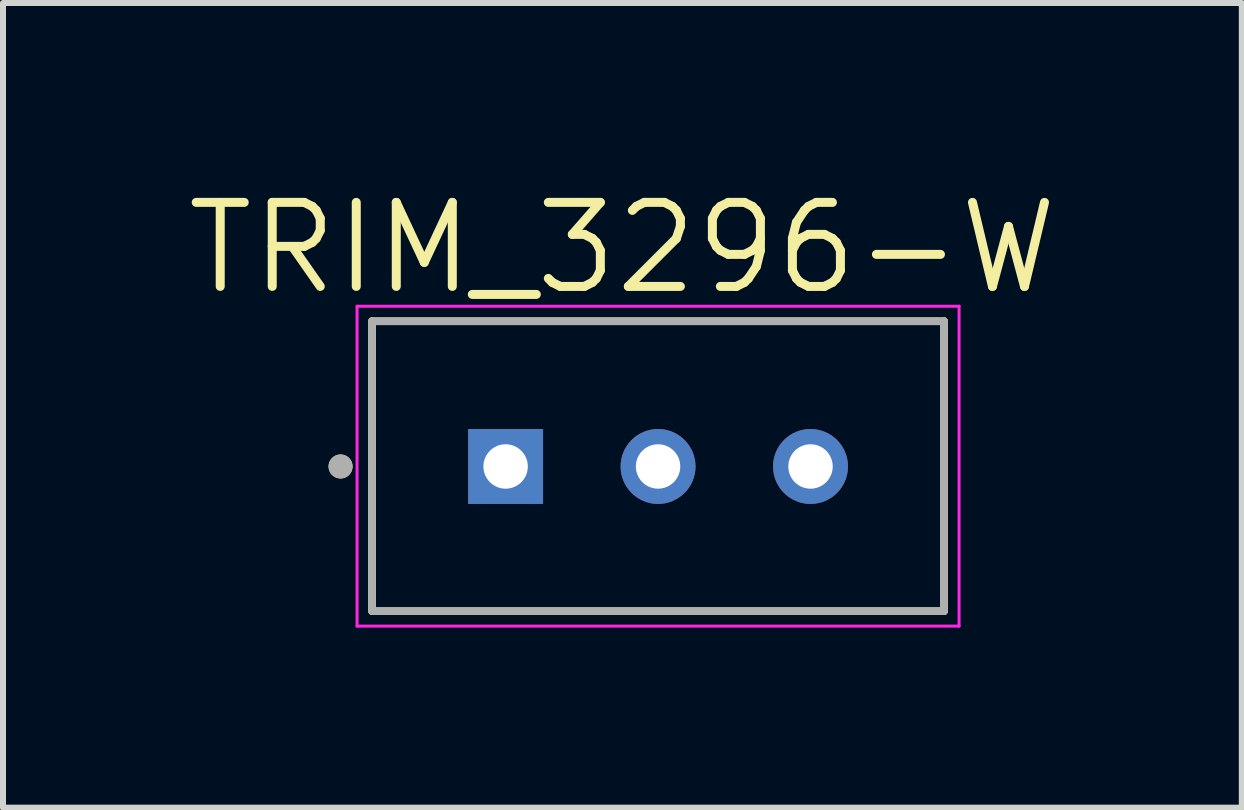
<source format=kicad_pcb>
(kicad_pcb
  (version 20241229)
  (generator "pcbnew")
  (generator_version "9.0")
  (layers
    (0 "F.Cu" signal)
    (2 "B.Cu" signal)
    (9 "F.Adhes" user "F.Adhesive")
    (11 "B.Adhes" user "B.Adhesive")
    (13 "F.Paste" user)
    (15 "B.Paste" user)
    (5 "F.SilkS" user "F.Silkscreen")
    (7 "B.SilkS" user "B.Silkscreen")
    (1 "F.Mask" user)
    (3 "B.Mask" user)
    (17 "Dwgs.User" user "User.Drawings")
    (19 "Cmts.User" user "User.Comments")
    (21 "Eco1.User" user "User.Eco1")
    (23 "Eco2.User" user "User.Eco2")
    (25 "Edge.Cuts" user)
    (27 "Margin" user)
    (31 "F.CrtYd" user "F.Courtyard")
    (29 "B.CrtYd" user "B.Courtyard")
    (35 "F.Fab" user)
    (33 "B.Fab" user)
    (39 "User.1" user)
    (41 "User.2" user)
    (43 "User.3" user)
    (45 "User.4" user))
  (footprint "TRIM_3296-W"
    (layer "F.Cu")
    (at 5.374 4.722)
    (property "Reference" "TRIM_3296-W" (at 1.945 -3.64 0) (layer "F.SilkS") (effects (font (size 1.4 1.4) (thickness 0.15))))
    (attr through_hole)
    (fp_line (start -2.225 -2.42) (end 7.305 -2.42) (stroke (width 0.127) (type solid)) (layer "F.SilkS"))
    (fp_line (start -2.225 2.41) (end -2.225 -2.42) (stroke (width 0.127) (type solid)) (layer "F.SilkS"))
    (fp_line (start 7.305 -2.42) (end 7.305 2.41) (stroke (width 0.127) (type solid)) (layer "F.SilkS"))
    (fp_line (start 7.305 2.41) (end -2.225 2.41) (stroke (width 0.127) (type solid)) (layer "F.SilkS"))
    (fp_circle (center -2.75 0) (end -2.65 0) (stroke (width 0.2) (type solid)) (fill no) (layer "F.SilkS"))
    (fp_line (start -2.475 -2.67) (end 7.555 -2.67) (stroke (width 0.05) (type solid)) (layer "F.CrtYd"))
    (fp_line (start -2.475 2.66) (end -2.475 -2.67) (stroke (width 0.05) (type solid)) (layer "F.CrtYd"))
    (fp_line (start 7.555 -2.67) (end 7.555 2.66) (stroke (width 0.05) (type solid)) (layer "F.CrtYd"))
    (fp_line (start 7.555 2.66) (end -2.475 2.66) (stroke (width 0.05) (type solid)) (layer "F.CrtYd"))
    (fp_line (start -2.225 -2.42) (end 7.305 -2.42) (stroke (width 0.127) (type solid)) (layer "F.Fab"))
    (fp_line (start -2.225 2.41) (end -2.225 -2.42) (stroke (width 0.127) (type solid)) (layer "F.Fab"))
    (fp_line (start 7.305 -2.42) (end 7.305 2.41) (stroke (width 0.127) (type solid)) (layer "F.Fab"))
    (fp_line (start 7.305 2.41) (end -2.225 2.41) (stroke (width 0.127) (type solid)) (layer "F.Fab"))
    (fp_circle (center -2.75 0) (end -2.65 0) (stroke (width 0.2) (type solid)) (fill no) (layer "F.Fab"))
    (pad "1" thru_hole rect (at 0 0) (size 1.248 1.248) (drill 0.74) (layers "*.Cu" "*.Mask"))
    (pad "2" thru_hole circle (at 2.54 0) (size 1.248 1.248) (drill 0.74) (layers "*.Cu" "*.Mask"))
    (pad "3" thru_hole circle (at 5.08 0) (size 1.248 1.248) (drill 0.74) (layers "*.Cu" "*.Mask")))
  (gr_rect
    (start -3 -3)
    (end 17.64 10.407)
    (stroke (width 0.1) (type default))
    (fill no)
    (layer "Edge.Cuts")))
</source>
